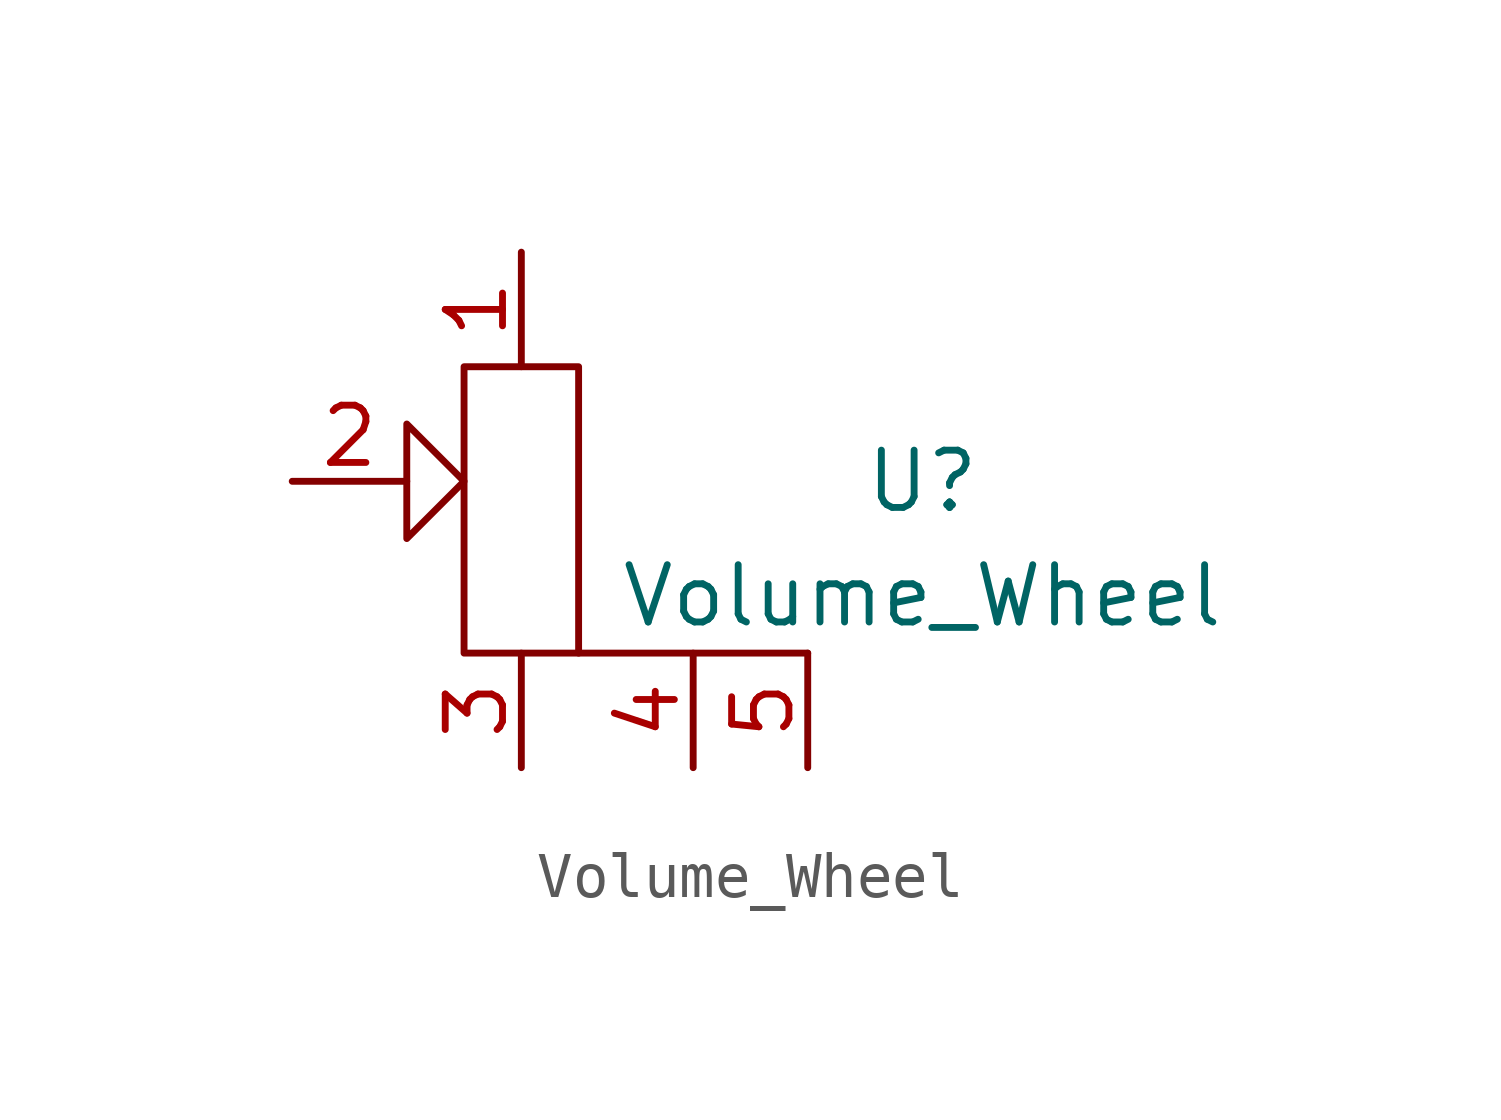
<source format=kicad_sym>
(kicad_symbol_lib
  (version 20211014)
  (generator kicad_symbol_editor)
  (symbol "Volume_Wheel"
    (property "Reference" "U"
      (at 8.89 -7.62 0)
      (effects (font (size 1.27 1.27))))
    (property "Value" "Volume_Wheel"
      (at 8.89 -10.16 0)
      (effects (font (size 1.27 1.27))))
    (symbol "Volume_Wheel_0_1"
      (rectangle (start -1.27 -5.08) (end 1.27 -11.43) (stroke (width 0) (type default) (color 0 0 0 0)) (fill (type none)))
      (polyline (pts (xy 1.27 -11.43) (xy 6.35 -11.43)) (stroke (width 0) (type default) (color 0 0 0 0)) (fill (type none)))
      (polyline (pts (xy -2.54 -6.35) (xy -1.27 -7.62) (xy -2.54 -8.89) (xy -2.54 -7.62) (xy -2.54 -6.35)) (stroke (width 0) (type default) (color 0 0 0 0)) (fill (type none))))
    (symbol "Volume_Wheel_1_1"
      (pin passive line (at 0 -2.54 270) (length 2.54) (name "" (effects (font (size 1.27 1.27)))) (number "1" (effects (font (size 1.27 1.27)))))
      (pin passive line (at -5.08 -7.62 0) (length 2.54) (name "" (effects (font (size 1.27 1.27)))) (number "2" (effects (font (size 1.27 1.27)))))
      (pin passive line (at 0 -13.97 90) (length 2.54) (name "" (effects (font (size 1.27 1.27)))) (number "3" (effects (font (size 1.27 1.27)))))
      (pin passive line (at 3.81 -13.97 90) (length 2.54) (name "" (effects (font (size 1.27 1.27)))) (number "4" (effects (font (size 1.27 1.27)))))
      (pin passive line (at 6.35 -13.97 90) (length 2.54) (name "" (effects (font (size 1.27 1.27)))) (number "5" (effects (font (size 1.27 1.27))))))))
</source>
